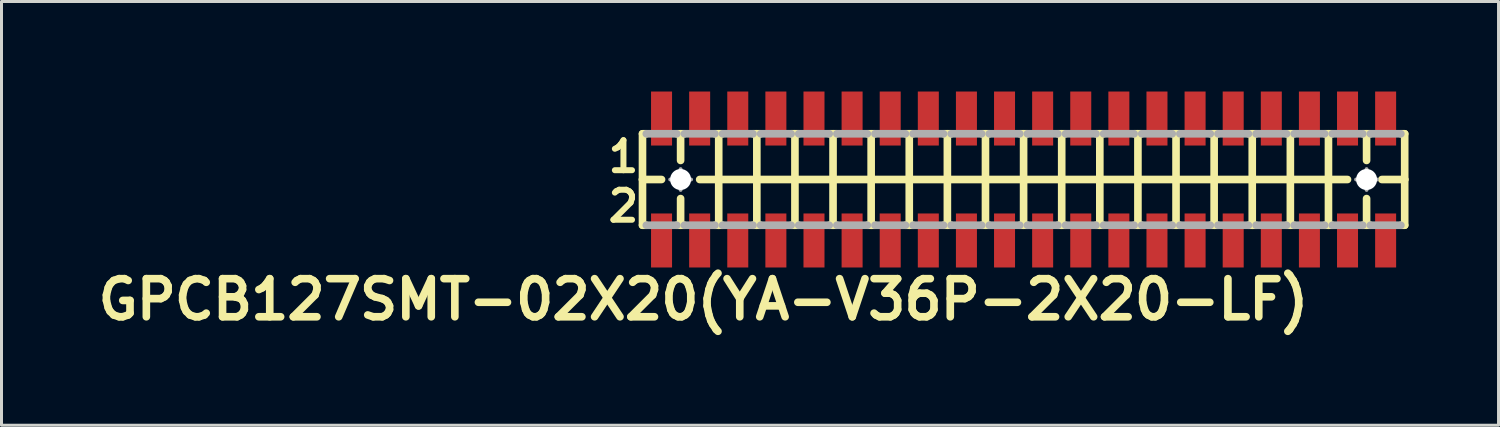
<source format=kicad_pcb>
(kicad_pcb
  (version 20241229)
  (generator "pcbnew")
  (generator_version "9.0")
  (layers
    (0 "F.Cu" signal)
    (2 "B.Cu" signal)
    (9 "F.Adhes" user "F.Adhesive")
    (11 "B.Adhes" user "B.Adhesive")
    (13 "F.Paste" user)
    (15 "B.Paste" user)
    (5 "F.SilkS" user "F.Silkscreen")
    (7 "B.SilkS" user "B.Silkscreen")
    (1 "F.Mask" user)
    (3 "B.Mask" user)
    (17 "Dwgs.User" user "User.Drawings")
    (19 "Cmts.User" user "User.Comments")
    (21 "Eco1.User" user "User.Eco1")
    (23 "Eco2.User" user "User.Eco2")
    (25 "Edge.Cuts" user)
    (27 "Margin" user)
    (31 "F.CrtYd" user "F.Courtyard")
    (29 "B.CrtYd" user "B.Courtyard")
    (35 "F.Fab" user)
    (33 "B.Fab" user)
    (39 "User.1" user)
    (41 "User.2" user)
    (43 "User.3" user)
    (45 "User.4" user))
  (footprint "GPCB127SMT-02X20(YA-V36P-2X20-LF)"
    (layer "F.Cu")
    (at 31.061 2.932)
    (property "Reference" "GPCB127SMT-02X20(YA-V36P-2X20-LF)" (at -10.668 4 0) (layer "F.SilkS") (effects (font (size 1.27 1.27) (thickness 0.254))))
    (attr smd)
    (fp_line (start -12.7 -1.524) (end -12.7 0) (stroke (width 0.254) (type solid)) (layer "F.SilkS"))
    (fp_line (start -12.7 0) (end -12.7 1.524) (stroke (width 0.254) (type solid)) (layer "F.SilkS"))
    (fp_line (start -12.7 0) (end -12.065 0) (stroke (width 0.254) (type solid)) (layer "F.SilkS"))
    (fp_line (start -12.7 1.524) (end -12.573 1.524) (stroke (width 0.254) (type solid)) (layer "F.SilkS"))
    (fp_line (start -12.573 -1.524) (end -12.7 -1.524) (stroke (width 0.254) (type solid)) (layer "F.SilkS"))
    (fp_line (start -11.557 -1.524) (end -11.43 -1.524) (stroke (width 0.254) (type solid)) (layer "F.SilkS"))
    (fp_line (start -11.557 1.524) (end -11.43 1.524) (stroke (width 0.254) (type solid)) (layer "F.SilkS"))
    (fp_line (start -11.43 -1.524) (end -11.303 -1.524) (stroke (width 0.254) (type solid)) (layer "F.SilkS"))
    (fp_line (start -11.43 -0.635) (end -11.43 -1.524) (stroke (width 0.254) (type solid)) (layer "F.SilkS"))
    (fp_line (start -11.43 1.524) (end -11.43 0.635) (stroke (width 0.254) (type solid)) (layer "F.SilkS"))
    (fp_line (start -11.43 1.524) (end -11.303 1.524) (stroke (width 0.254) (type solid)) (layer "F.SilkS"))
    (fp_line (start -10.795 0) (end -10.16 0) (stroke (width 0.254) (type solid)) (layer "F.SilkS"))
    (fp_line (start -10.287 -1.524) (end -10.16 -1.524) (stroke (width 0.254) (type solid)) (layer "F.SilkS"))
    (fp_line (start -10.287 1.524) (end -10.16 1.524) (stroke (width 0.254) (type solid)) (layer "F.SilkS"))
    (fp_line (start -10.16 -1.524) (end -10.033 -1.524) (stroke (width 0.254) (type solid)) (layer "F.SilkS"))
    (fp_line (start -10.16 0) (end -10.16 -1.524) (stroke (width 0.254) (type solid)) (layer "F.SilkS"))
    (fp_line (start -10.16 0) (end -8.89 0) (stroke (width 0.254) (type solid)) (layer "F.SilkS"))
    (fp_line (start -10.16 1.524) (end -10.16 0) (stroke (width 0.254) (type solid)) (layer "F.SilkS"))
    (fp_line (start -10.16 1.524) (end -10.033 1.524) (stroke (width 0.254) (type solid)) (layer "F.SilkS"))
    (fp_line (start -9.017 -1.524) (end -8.89 -1.524) (stroke (width 0.254) (type solid)) (layer "F.SilkS"))
    (fp_line (start -9.017 1.524) (end -8.89 1.524) (stroke (width 0.254) (type solid)) (layer "F.SilkS"))
    (fp_line (start -8.89 -1.524) (end -8.763 -1.524) (stroke (width 0.254) (type solid)) (layer "F.SilkS"))
    (fp_line (start -8.89 0) (end -8.89 -1.524) (stroke (width 0.254) (type solid)) (layer "F.SilkS"))
    (fp_line (start -8.89 0) (end -7.62 0) (stroke (width 0.254) (type solid)) (layer "F.SilkS"))
    (fp_line (start -8.89 1.524) (end -8.89 0) (stroke (width 0.254) (type solid)) (layer "F.SilkS"))
    (fp_line (start -8.89 1.524) (end -8.763 1.524) (stroke (width 0.254) (type solid)) (layer "F.SilkS"))
    (fp_line (start -7.747 -1.524) (end -7.62 -1.524) (stroke (width 0.254) (type solid)) (layer "F.SilkS"))
    (fp_line (start -7.747 1.524) (end -7.62 1.524) (stroke (width 0.254) (type solid)) (layer "F.SilkS"))
    (fp_line (start -7.62 -1.524) (end -7.493 -1.524) (stroke (width 0.254) (type solid)) (layer "F.SilkS"))
    (fp_line (start -7.62 0) (end -7.62 -1.524) (stroke (width 0.254) (type solid)) (layer "F.SilkS"))
    (fp_line (start -7.62 0) (end -6.35 0) (stroke (width 0.254) (type solid)) (layer "F.SilkS"))
    (fp_line (start -7.62 1.524) (end -7.62 0) (stroke (width 0.254) (type solid)) (layer "F.SilkS"))
    (fp_line (start -7.62 1.524) (end -7.493 1.524) (stroke (width 0.254) (type solid)) (layer "F.SilkS"))
    (fp_line (start -6.477 -1.524) (end -6.35 -1.524) (stroke (width 0.254) (type solid)) (layer "F.SilkS"))
    (fp_line (start -6.477 1.524) (end -6.35 1.524) (stroke (width 0.254) (type solid)) (layer "F.SilkS"))
    (fp_line (start -6.35 -1.524) (end -6.223 -1.524) (stroke (width 0.254) (type solid)) (layer "F.SilkS"))
    (fp_line (start -6.35 0) (end -6.35 -1.524) (stroke (width 0.254) (type solid)) (layer "F.SilkS"))
    (fp_line (start -6.35 0) (end -5.08 0) (stroke (width 0.254) (type solid)) (layer "F.SilkS"))
    (fp_line (start -6.35 1.524) (end -6.35 0) (stroke (width 0.254) (type solid)) (layer "F.SilkS"))
    (fp_line (start -6.35 1.524) (end -6.223 1.524) (stroke (width 0.254) (type solid)) (layer "F.SilkS"))
    (fp_line (start -5.207 -1.524) (end -5.08 -1.524) (stroke (width 0.254) (type solid)) (layer "F.SilkS"))
    (fp_line (start -5.207 1.524) (end -5.08 1.524) (stroke (width 0.254) (type solid)) (layer "F.SilkS"))
    (fp_line (start -5.08 -1.524) (end -4.953 -1.524) (stroke (width 0.254) (type solid)) (layer "F.SilkS"))
    (fp_line (start -5.08 0) (end -5.08 -1.524) (stroke (width 0.254) (type solid)) (layer "F.SilkS"))
    (fp_line (start -5.08 0) (end -3.81 0) (stroke (width 0.254) (type solid)) (layer "F.SilkS"))
    (fp_line (start -5.08 1.524) (end -5.08 0) (stroke (width 0.254) (type solid)) (layer "F.SilkS"))
    (fp_line (start -5.08 1.524) (end -4.953 1.524) (stroke (width 0.254) (type solid)) (layer "F.SilkS"))
    (fp_line (start -3.937 -1.524) (end -3.81 -1.524) (stroke (width 0.254) (type solid)) (layer "F.SilkS"))
    (fp_line (start -3.937 1.524) (end -3.81 1.524) (stroke (width 0.254) (type solid)) (layer "F.SilkS"))
    (fp_line (start -3.81 -1.524) (end -3.683 -1.524) (stroke (width 0.254) (type solid)) (layer "F.SilkS"))
    (fp_line (start -3.81 0) (end -3.81 -1.524) (stroke (width 0.254) (type solid)) (layer "F.SilkS"))
    (fp_line (start -3.81 0) (end -2.54 0) (stroke (width 0.254) (type solid)) (layer "F.SilkS"))
    (fp_line (start -3.81 1.524) (end -3.81 0) (stroke (width 0.254) (type solid)) (layer "F.SilkS"))
    (fp_line (start -3.81 1.524) (end -3.683 1.524) (stroke (width 0.254) (type solid)) (layer "F.SilkS"))
    (fp_line (start -2.667 -1.524) (end -2.54 -1.524) (stroke (width 0.254) (type solid)) (layer "F.SilkS"))
    (fp_line (start -2.667 1.524) (end -2.54 1.524) (stroke (width 0.254) (type solid)) (layer "F.SilkS"))
    (fp_line (start -2.54 -1.524) (end -2.413 -1.524) (stroke (width 0.254) (type solid)) (layer "F.SilkS"))
    (fp_line (start -2.54 0) (end -2.54 -1.524) (stroke (width 0.254) (type solid)) (layer "F.SilkS"))
    (fp_line (start -2.54 0) (end -1.27 0) (stroke (width 0.254) (type solid)) (layer "F.SilkS"))
    (fp_line (start -2.54 1.524) (end -2.54 0) (stroke (width 0.254) (type solid)) (layer "F.SilkS"))
    (fp_line (start -2.54 1.524) (end -2.413 1.524) (stroke (width 0.254) (type solid)) (layer "F.SilkS"))
    (fp_line (start -1.397 -1.524) (end -1.143 -1.524) (stroke (width 0.254) (type solid)) (layer "F.SilkS"))
    (fp_line (start -1.397 1.524) (end -1.27 1.524) (stroke (width 0.254) (type solid)) (layer "F.SilkS"))
    (fp_line (start -1.27 0) (end -1.27 -1.524) (stroke (width 0.254) (type solid)) (layer "F.SilkS"))
    (fp_line (start -1.27 0) (end 0 0) (stroke (width 0.254) (type solid)) (layer "F.SilkS"))
    (fp_line (start -1.27 1.524) (end -1.27 0) (stroke (width 0.254) (type solid)) (layer "F.SilkS"))
    (fp_line (start -1.27 1.524) (end -1.143 1.524) (stroke (width 0.254) (type solid)) (layer "F.SilkS"))
    (fp_line (start -0.127 -1.524) (end 0 -1.524) (stroke (width 0.254) (type solid)) (layer "F.SilkS"))
    (fp_line (start 0 -1.524) (end 0 0) (stroke (width 0.254) (type solid)) (layer "F.SilkS"))
    (fp_line (start 0 0) (end 0 1.524) (stroke (width 0.254) (type solid)) (layer "F.SilkS"))
    (fp_line (start 0 0) (end 1.27 0) (stroke (width 0.254) (type solid)) (layer "F.SilkS"))
    (fp_line (start 0 1.524) (end -0.127 1.524) (stroke (width 0.254) (type solid)) (layer "F.SilkS"))
    (fp_line (start 0 1.524) (end 0.127 1.524) (stroke (width 0.254) (type solid)) (layer "F.SilkS"))
    (fp_line (start 0.127 -1.524) (end 0 -1.524) (stroke (width 0.254) (type solid)) (layer "F.SilkS"))
    (fp_line (start 1.143 -1.524) (end 1.27 -1.524) (stroke (width 0.254) (type solid)) (layer "F.SilkS"))
    (fp_line (start 1.143 1.524) (end 1.27 1.524) (stroke (width 0.254) (type solid)) (layer "F.SilkS"))
    (fp_line (start 1.27 -1.524) (end 1.397 -1.524) (stroke (width 0.254) (type solid)) (layer "F.SilkS"))
    (fp_line (start 1.27 0) (end 1.27 -1.524) (stroke (width 0.254) (type solid)) (layer "F.SilkS"))
    (fp_line (start 1.27 0) (end 2.54 0) (stroke (width 0.254) (type solid)) (layer "F.SilkS"))
    (fp_line (start 1.27 1.524) (end 1.27 0) (stroke (width 0.254) (type solid)) (layer "F.SilkS"))
    (fp_line (start 1.27 1.524) (end 1.397 1.524) (stroke (width 0.254) (type solid)) (layer "F.SilkS"))
    (fp_line (start 2.413 -1.524) (end 2.54 -1.524) (stroke (width 0.254) (type solid)) (layer "F.SilkS"))
    (fp_line (start 2.413 1.524) (end 2.54 1.524) (stroke (width 0.254) (type solid)) (layer "F.SilkS"))
    (fp_line (start 2.54 -1.524) (end 2.667 -1.524) (stroke (width 0.254) (type solid)) (layer "F.SilkS"))
    (fp_line (start 2.54 0) (end 2.54 -1.524) (stroke (width 0.254) (type solid)) (layer "F.SilkS"))
    (fp_line (start 2.54 0) (end 3.81 0) (stroke (width 0.254) (type solid)) (layer "F.SilkS"))
    (fp_line (start 2.54 1.524) (end 2.54 0) (stroke (width 0.254) (type solid)) (layer "F.SilkS"))
    (fp_line (start 2.54 1.524) (end 2.667 1.524) (stroke (width 0.254) (type solid)) (layer "F.SilkS"))
    (fp_line (start 3.683 -1.524) (end 3.81 -1.524) (stroke (width 0.254) (type solid)) (layer "F.SilkS"))
    (fp_line (start 3.683 1.524) (end 3.81 1.524) (stroke (width 0.254) (type solid)) (layer "F.SilkS"))
    (fp_line (start 3.81 -1.524) (end 3.937 -1.524) (stroke (width 0.254) (type solid)) (layer "F.SilkS"))
    (fp_line (start 3.81 0) (end 3.81 -1.524) (stroke (width 0.254) (type solid)) (layer "F.SilkS"))
    (fp_line (start 3.81 0) (end 5.08 0) (stroke (width 0.254) (type solid)) (layer "F.SilkS"))
    (fp_line (start 3.81 1.524) (end 3.81 0) (stroke (width 0.254) (type solid)) (layer "F.SilkS"))
    (fp_line (start 3.81 1.524) (end 3.937 1.524) (stroke (width 0.254) (type solid)) (layer "F.SilkS"))
    (fp_line (start 4.953 -1.524) (end 5.08 -1.524) (stroke (width 0.254) (type solid)) (layer "F.SilkS"))
    (fp_line (start 4.953 1.524) (end 5.08 1.524) (stroke (width 0.254) (type solid)) (layer "F.SilkS"))
    (fp_line (start 5.08 -1.524) (end 5.207 -1.524) (stroke (width 0.254) (type solid)) (layer "F.SilkS"))
    (fp_line (start 5.08 0) (end 5.08 -1.524) (stroke (width 0.254) (type solid)) (layer "F.SilkS"))
    (fp_line (start 5.08 0) (end 6.35 0) (stroke (width 0.254) (type solid)) (layer "F.SilkS"))
    (fp_line (start 5.08 1.524) (end 5.08 0) (stroke (width 0.254) (type solid)) (layer "F.SilkS"))
    (fp_line (start 5.08 1.524) (end 5.207 1.524) (stroke (width 0.254) (type solid)) (layer "F.SilkS"))
    (fp_line (start 6.223 -1.524) (end 6.35 -1.524) (stroke (width 0.254) (type solid)) (layer "F.SilkS"))
    (fp_line (start 6.223 1.524) (end 6.35 1.524) (stroke (width 0.254) (type solid)) (layer "F.SilkS"))
    (fp_line (start 6.35 -1.524) (end 6.477 -1.524) (stroke (width 0.254) (type solid)) (layer "F.SilkS"))
    (fp_line (start 6.35 0) (end 6.35 -1.524) (stroke (width 0.254) (type solid)) (layer "F.SilkS"))
    (fp_line (start 6.35 0) (end 7.62 0) (stroke (width 0.254) (type solid)) (layer "F.SilkS"))
    (fp_line (start 6.35 1.524) (end 6.35 0) (stroke (width 0.254) (type solid)) (layer "F.SilkS"))
    (fp_line (start 6.35 1.524) (end 6.477 1.524) (stroke (width 0.254) (type solid)) (layer "F.SilkS"))
    (fp_line (start 7.493 -1.524) (end 7.62 -1.524) (stroke (width 0.254) (type solid)) (layer "F.SilkS"))
    (fp_line (start 7.493 1.524) (end 7.62 1.524) (stroke (width 0.254) (type solid)) (layer "F.SilkS"))
    (fp_line (start 7.62 -1.524) (end 7.747 -1.524) (stroke (width 0.254) (type solid)) (layer "F.SilkS"))
    (fp_line (start 7.62 0) (end 7.62 -1.524) (stroke (width 0.254) (type solid)) (layer "F.SilkS"))
    (fp_line (start 7.62 0) (end 8.89 0) (stroke (width 0.254) (type solid)) (layer "F.SilkS"))
    (fp_line (start 7.62 1.524) (end 7.62 0) (stroke (width 0.254) (type solid)) (layer "F.SilkS"))
    (fp_line (start 7.62 1.524) (end 7.747 1.524) (stroke (width 0.254) (type solid)) (layer "F.SilkS"))
    (fp_line (start 8.763 -1.524) (end 8.89 -1.524) (stroke (width 0.254) (type solid)) (layer "F.SilkS"))
    (fp_line (start 8.763 1.524) (end 8.89 1.524) (stroke (width 0.254) (type solid)) (layer "F.SilkS"))
    (fp_line (start 8.89 -1.524) (end 9.017 -1.524) (stroke (width 0.254) (type solid)) (layer "F.SilkS"))
    (fp_line (start 8.89 0) (end 8.89 -1.524) (stroke (width 0.254) (type solid)) (layer "F.SilkS"))
    (fp_line (start 8.89 0) (end 10.16 0) (stroke (width 0.254) (type solid)) (layer "F.SilkS"))
    (fp_line (start 8.89 1.524) (end 8.89 0) (stroke (width 0.254) (type solid)) (layer "F.SilkS"))
    (fp_line (start 8.89 1.524) (end 9.017 1.524) (stroke (width 0.254) (type solid)) (layer "F.SilkS"))
    (fp_line (start 10.033 -1.524) (end 10.16 -1.524) (stroke (width 0.254) (type solid)) (layer "F.SilkS"))
    (fp_line (start 10.033 1.524) (end 10.16 1.524) (stroke (width 0.254) (type solid)) (layer "F.SilkS"))
    (fp_line (start 10.16 -1.524) (end 10.287 -1.524) (stroke (width 0.254) (type solid)) (layer "F.SilkS"))
    (fp_line (start 10.16 0) (end 10.16 -1.524) (stroke (width 0.254) (type solid)) (layer "F.SilkS"))
    (fp_line (start 10.16 0) (end 10.795 0) (stroke (width 0.254) (type solid)) (layer "F.SilkS"))
    (fp_line (start 10.16 1.524) (end 10.16 0) (stroke (width 0.254) (type solid)) (layer "F.SilkS"))
    (fp_line (start 10.16 1.524) (end 10.287 1.524) (stroke (width 0.254) (type solid)) (layer "F.SilkS"))
    (fp_line (start 11.303 -1.524) (end 11.557 -1.524) (stroke (width 0.254) (type solid)) (layer "F.SilkS"))
    (fp_line (start 11.303 1.524) (end 11.43 1.524) (stroke (width 0.254) (type solid)) (layer "F.SilkS"))
    (fp_line (start 11.43 -0.635) (end 11.43 -1.524) (stroke (width 0.254) (type solid)) (layer "F.SilkS"))
    (fp_line (start 11.43 1.524) (end 11.43 0.635) (stroke (width 0.254) (type solid)) (layer "F.SilkS"))
    (fp_line (start 11.43 1.524) (end 11.557 1.524) (stroke (width 0.254) (type solid)) (layer "F.SilkS"))
    (fp_line (start 11.938 0) (end 12.7 0) (stroke (width 0.254) (type solid)) (layer "F.SilkS"))
    (fp_line (start 12.573 -1.524) (end 12.7 -1.524) (stroke (width 0.254) (type solid)) (layer "F.SilkS"))
    (fp_line (start 12.7 -1.524) (end 12.7 0) (stroke (width 0.254) (type solid)) (layer "F.SilkS"))
    (fp_line (start 12.7 0) (end 12.7 1.524) (stroke (width 0.254) (type solid)) (layer "F.SilkS"))
    (fp_line (start 12.7 1.524) (end 12.573 1.524) (stroke (width 0.254) (type solid)) (layer "F.SilkS"))
    (fp_line (start -12.573 -1.524) (end -11.557 -1.524) (stroke (width 0.254) (type solid)) (layer "F.Fab"))
    (fp_line (start -12.573 1.524) (end -11.557 1.524) (stroke (width 0.254) (type solid)) (layer "F.Fab"))
    (fp_line (start -11.778 0) (end -11.079 0) (stroke (width 0.127) (type solid)) (layer "F.Fab"))
    (fp_line (start -11.43 0.348) (end -11.43 -0.348) (stroke (width 0.127) (type solid)) (layer "F.Fab"))
    (fp_line (start -11.303 -1.524) (end -10.287 -1.524) (stroke (width 0.254) (type solid)) (layer "F.Fab"))
    (fp_line (start -11.303 1.524) (end -10.287 1.524) (stroke (width 0.254) (type solid)) (layer "F.Fab"))
    (fp_line (start -10.033 -1.524) (end -9.017 -1.524) (stroke (width 0.254) (type solid)) (layer "F.Fab"))
    (fp_line (start -10.033 1.524) (end -9.017 1.524) (stroke (width 0.254) (type solid)) (layer "F.Fab"))
    (fp_line (start -8.763 -1.524) (end -7.747 -1.524) (stroke (width 0.254) (type solid)) (layer "F.Fab"))
    (fp_line (start -8.763 1.524) (end -7.747 1.524) (stroke (width 0.254) (type solid)) (layer "F.Fab"))
    (fp_line (start -7.493 -1.524) (end -6.477 -1.524) (stroke (width 0.254) (type solid)) (layer "F.Fab"))
    (fp_line (start -7.493 1.524) (end -6.477 1.524) (stroke (width 0.254) (type solid)) (layer "F.Fab"))
    (fp_line (start -6.223 -1.524) (end -5.207 -1.524) (stroke (width 0.254) (type solid)) (layer "F.Fab"))
    (fp_line (start -6.223 1.524) (end -5.207 1.524) (stroke (width 0.254) (type solid)) (layer "F.Fab"))
    (fp_line (start -4.953 -1.524) (end -3.937 -1.524) (stroke (width 0.254) (type solid)) (layer "F.Fab"))
    (fp_line (start -4.953 1.524) (end -3.937 1.524) (stroke (width 0.254) (type solid)) (layer "F.Fab"))
    (fp_line (start -3.683 -1.524) (end -2.667 -1.524) (stroke (width 0.254) (type solid)) (layer "F.Fab"))
    (fp_line (start -3.683 1.524) (end -2.667 1.524) (stroke (width 0.254) (type solid)) (layer "F.Fab"))
    (fp_line (start -2.413 -1.524) (end -1.397 -1.524) (stroke (width 0.254) (type solid)) (layer "F.Fab"))
    (fp_line (start -2.413 1.524) (end -1.397 1.524) (stroke (width 0.254) (type solid)) (layer "F.Fab"))
    (fp_line (start -1.143 -1.524) (end -0.127 -1.524) (stroke (width 0.254) (type solid)) (layer "F.Fab"))
    (fp_line (start -1.143 1.524) (end -0.127 1.524) (stroke (width 0.254) (type solid)) (layer "F.Fab"))
    (fp_line (start 0.127 -1.524) (end 1.143 -1.524) (stroke (width 0.254) (type solid)) (layer "F.Fab"))
    (fp_line (start 0.127 1.524) (end 1.143 1.524) (stroke (width 0.254) (type solid)) (layer "F.Fab"))
    (fp_line (start 1.397 -1.524) (end 2.413 -1.524) (stroke (width 0.254) (type solid)) (layer "F.Fab"))
    (fp_line (start 1.397 1.524) (end 2.413 1.524) (stroke (width 0.254) (type solid)) (layer "F.Fab"))
    (fp_line (start 2.667 -1.524) (end 3.683 -1.524) (stroke (width 0.254) (type solid)) (layer "F.Fab"))
    (fp_line (start 2.667 1.524) (end 3.683 1.524) (stroke (width 0.254) (type solid)) (layer "F.Fab"))
    (fp_line (start 3.937 -1.524) (end 4.953 -1.524) (stroke (width 0.254) (type solid)) (layer "F.Fab"))
    (fp_line (start 3.937 1.524) (end 4.953 1.524) (stroke (width 0.254) (type solid)) (layer "F.Fab"))
    (fp_line (start 5.207 -1.524) (end 6.223 -1.524) (stroke (width 0.254) (type solid)) (layer "F.Fab"))
    (fp_line (start 5.207 1.524) (end 6.223 1.524) (stroke (width 0.254) (type solid)) (layer "F.Fab"))
    (fp_line (start 6.477 -1.524) (end 7.493 -1.524) (stroke (width 0.254) (type solid)) (layer "F.Fab"))
    (fp_line (start 6.477 1.524) (end 7.493 1.524) (stroke (width 0.254) (type solid)) (layer "F.Fab"))
    (fp_line (start 7.747 -1.524) (end 8.763 -1.524) (stroke (width 0.254) (type solid)) (layer "F.Fab"))
    (fp_line (start 7.747 1.524) (end 8.763 1.524) (stroke (width 0.254) (type solid)) (layer "F.Fab"))
    (fp_line (start 9.017 -1.524) (end 10.033 -1.524) (stroke (width 0.254) (type solid)) (layer "F.Fab"))
    (fp_line (start 9.017 1.524) (end 10.033 1.524) (stroke (width 0.254) (type solid)) (layer "F.Fab"))
    (fp_line (start 10.287 -1.524) (end 11.303 -1.524) (stroke (width 0.254) (type solid)) (layer "F.Fab"))
    (fp_line (start 10.287 1.524) (end 11.303 1.524) (stroke (width 0.254) (type solid)) (layer "F.Fab"))
    (fp_line (start 11.079 0) (end 11.778 0) (stroke (width 0.127) (type solid)) (layer "F.Fab"))
    (fp_line (start 11.43 0.348) (end 11.43 -0.348) (stroke (width 0.127) (type solid)) (layer "F.Fab"))
    (fp_line (start 11.557 -1.524) (end 12.573 -1.524) (stroke (width 0.254) (type solid)) (layer "F.Fab"))
    (fp_line (start 11.557 1.524) (end 12.573 1.524) (stroke (width 0.254) (type solid)) (layer "F.Fab"))
    (fp_circle (center -11.43 0) (end -11.603 0.173) (stroke (width 0.127) (type solid)) (fill no) (layer "F.Fab"))
    (fp_circle (center 11.43 0) (end 11.603 0.173) (stroke (width 0.127) (type solid)) (fill no) (layer "F.Fab"))
    (fp_text user "1" (at -13.335 -0.762 0) (layer "F.SilkS") (effects (font (size 1 1) (thickness 0.2))))
    (fp_text user "2" (at -13.335 0.889 0) (layer "F.SilkS") (effects (font (size 1 1) (thickness 0.2))))
    (pad "" np_thru_hole circle (at -11.43 0 90) (size 0.7 0.7) (drill 0.7) (layers "*.Cu" "*.Mask"))
    (pad "" np_thru_hole circle (at 11.43 0 90) (size 0.7 0.7) (drill 0.7) (layers "*.Cu" "*.Mask"))
    (pad "1" smd rect (at -12.065 -2.032 270) (size 1.8 0.7) (layers "F.Cu" "F.Mask" "F.Paste"))
    (pad "2" smd rect (at -12.065 2.032 270) (size 1.8 0.7) (layers "F.Cu" "F.Mask" "F.Paste"))
    (pad "3" smd rect (at -10.795 -2.032 270) (size 1.8 0.7) (layers "F.Cu" "F.Mask" "F.Paste"))
    (pad "4" smd rect (at -10.795 2.032 270) (size 1.8 0.7) (layers "F.Cu" "F.Mask" "F.Paste"))
    (pad "5" smd rect (at -9.525 -2.032 270) (size 1.8 0.7) (layers "F.Cu" "F.Mask" "F.Paste"))
    (pad "6" smd rect (at -9.525 2.032 270) (size 1.8 0.7) (layers "F.Cu" "F.Mask" "F.Paste"))
    (pad "7" smd rect (at -8.255 -2.032 270) (size 1.8 0.7) (layers "F.Cu" "F.Mask" "F.Paste"))
    (pad "8" smd rect (at -8.255 2.032 270) (size 1.8 0.7) (layers "F.Cu" "F.Mask" "F.Paste"))
    (pad "9" smd rect (at -6.985 -2.032 270) (size 1.8 0.7) (layers "F.Cu" "F.Mask" "F.Paste"))
    (pad "10" smd rect (at -6.985 2.032 270) (size 1.8 0.7) (layers "F.Cu" "F.Mask" "F.Paste"))
    (pad "11" smd rect (at -5.715 -2.032 270) (size 1.8 0.7) (layers "F.Cu" "F.Mask" "F.Paste"))
    (pad "12" smd rect (at -5.715 2.032 270) (size 1.8 0.7) (layers "F.Cu" "F.Mask" "F.Paste"))
    (pad "13" smd rect (at -4.445 -2.032 90) (size 1.8 0.7) (layers "F.Cu" "F.Mask" "F.Paste"))
    (pad "14" smd rect (at -4.445 2.032 90) (size 1.8 0.7) (layers "F.Cu" "F.Mask" "F.Paste"))
    (pad "15" smd rect (at -3.175 -2.032 90) (size 1.8 0.7) (layers "F.Cu" "F.Mask" "F.Paste"))
    (pad "16" smd rect (at -3.175 2.032 90) (size 1.8 0.7) (layers "F.Cu" "F.Mask" "F.Paste"))
    (pad "17" smd rect (at -1.905 -2.032 90) (size 1.8 0.7) (layers "F.Cu" "F.Mask" "F.Paste"))
    (pad "18" smd rect (at -1.905 2.032 90) (size 1.8 0.7) (layers "F.Cu" "F.Mask" "F.Paste"))
    (pad "19" smd rect (at -0.635 -2.032 90) (size 1.8 0.7) (layers "F.Cu" "F.Mask" "F.Paste"))
    (pad "20" smd rect (at -0.635 2.032 90) (size 1.8 0.7) (layers "F.Cu" "F.Mask" "F.Paste"))
    (pad "21" smd rect (at 0.635 -2.032 270) (size 1.8 0.7) (layers "F.Cu" "F.Mask" "F.Paste"))
    (pad "22" smd rect (at 0.635 2.032 270) (size 1.8 0.7) (layers "F.Cu" "F.Mask" "F.Paste"))
    (pad "23" smd rect (at 1.905 -2.032 270) (size 1.8 0.7) (layers "F.Cu" "F.Mask" "F.Paste"))
    (pad "24" smd rect (at 1.905 2.032 270) (size 1.8 0.7) (layers "F.Cu" "F.Mask" "F.Paste"))
    (pad "25" smd rect (at 3.175 -2.032 270) (size 1.8 0.7) (layers "F.Cu" "F.Mask" "F.Paste"))
    (pad "26" smd rect (at 3.175 2.032 270) (size 1.8 0.7) (layers "F.Cu" "F.Mask" "F.Paste"))
    (pad "27" smd rect (at 4.445 -2.032 270) (size 1.8 0.7) (layers "F.Cu" "F.Mask" "F.Paste"))
    (pad "28" smd rect (at 4.445 2.032 270) (size 1.8 0.7) (layers "F.Cu" "F.Mask" "F.Paste"))
    (pad "29" smd rect (at 5.715 -2.032 270) (size 1.8 0.7) (layers "F.Cu" "F.Mask" "F.Paste"))
    (pad "30" smd rect (at 5.715 2.032 270) (size 1.8 0.7) (layers "F.Cu" "F.Mask" "F.Paste"))
    (pad "31" smd rect (at 6.985 -2.032 270) (size 1.8 0.7) (layers "F.Cu" "F.Mask" "F.Paste"))
    (pad "32" smd rect (at 6.985 2.032 270) (size 1.8 0.7) (layers "F.Cu" "F.Mask" "F.Paste"))
    (pad "33" smd rect (at 8.255 -2.032 90) (size 1.8 0.7) (layers "F.Cu" "F.Mask" "F.Paste"))
    (pad "34" smd rect (at 8.255 2.032 90) (size 1.8 0.7) (layers "F.Cu" "F.Mask" "F.Paste"))
    (pad "35" smd rect (at 9.525 -2.032 90) (size 1.8 0.7) (layers "F.Cu" "F.Mask" "F.Paste"))
    (pad "36" smd rect (at 9.525 2.032 90) (size 1.8 0.7) (layers "F.Cu" "F.Mask" "F.Paste"))
    (pad "37" smd rect (at 10.795 -2.032 90) (size 1.8 0.7) (layers "F.Cu" "F.Mask" "F.Paste"))
    (pad "38" smd rect (at 10.795 2.032 90) (size 1.8 0.7) (layers "F.Cu" "F.Mask" "F.Paste"))
    (pad "39" smd rect (at 12.065 -2.032 90) (size 1.8 0.7) (layers "F.Cu" "F.Mask" "F.Paste"))
    (pad "40" smd rect (at 12.065 2.032 90) (size 1.8 0.7) (layers "F.Cu" "F.Mask" "F.Paste")))
  (gr_rect
    (start -3 -3)
    (end 46.888 11.121)
    (stroke (width 0.1) (type default))
    (fill no)
    (layer "Edge.Cuts")))
</source>
